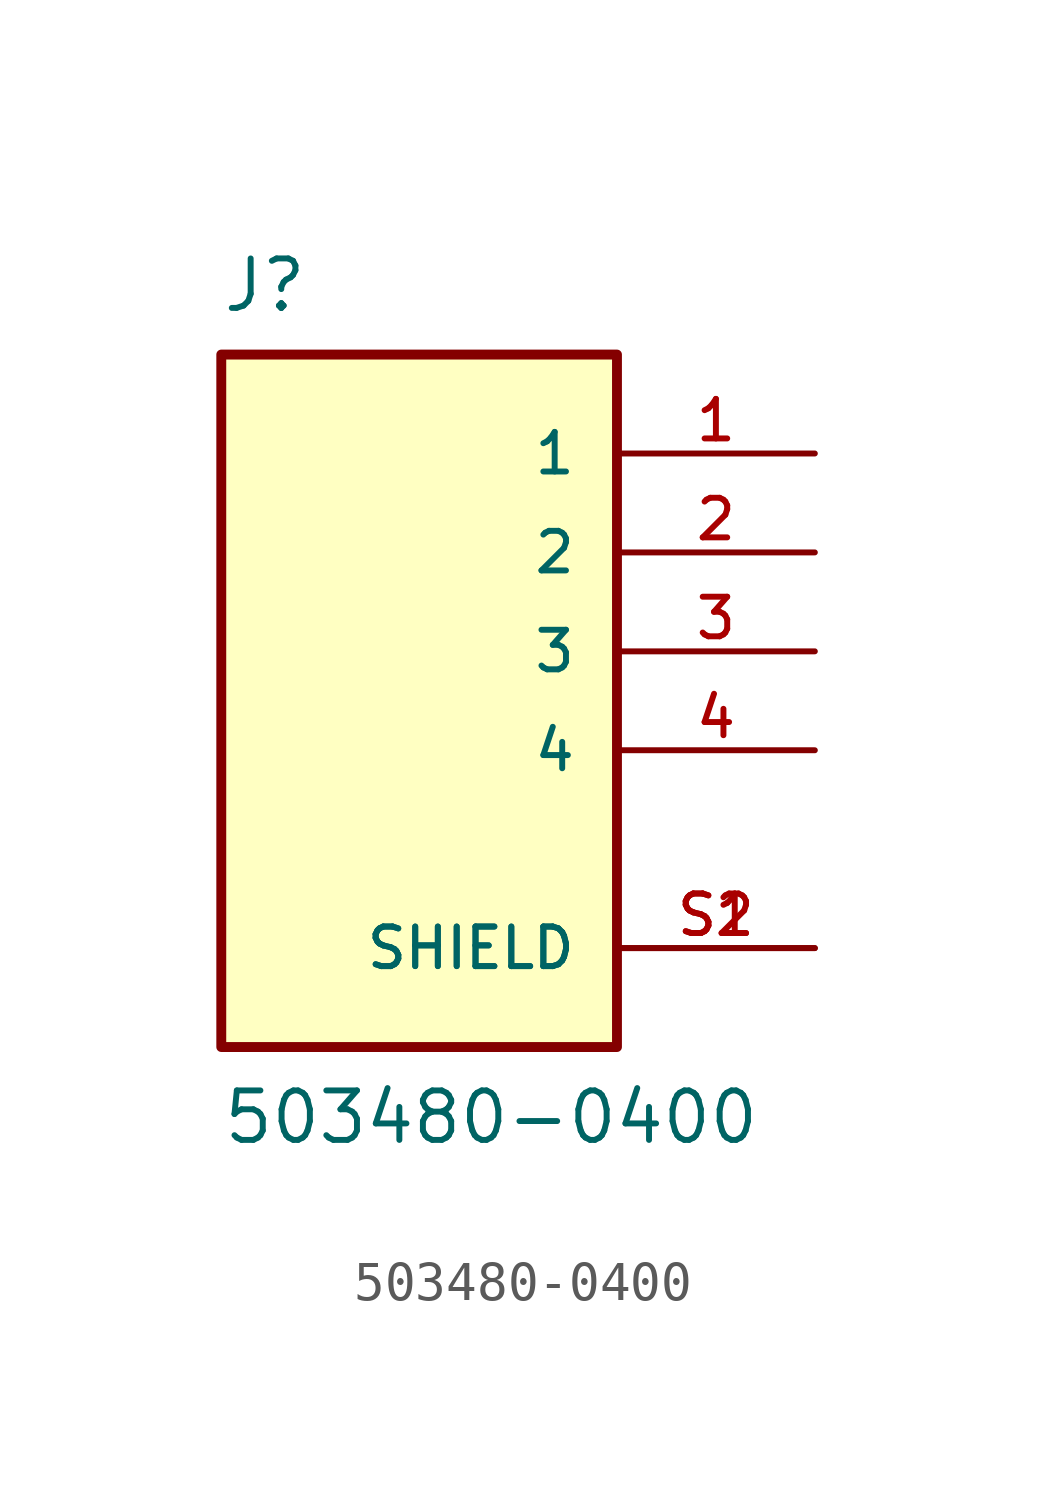
<source format=kicad_sym>
(kicad_symbol_lib
  (version 20211014)
  (generator kicad_symbol_editor)
  (symbol "503480-0400"
    (pin_names
      (offset 1.016))
    (property "Reference" "J"
      (at -5.091 8.654 0)
      (effects (font (size 1.27 1.27)) (justify bottom left)))
    (property "Value" "503480-0400"
      (at -5.083 -12.708 0)
      (effects (font (size 1.27 1.27)) (justify bottom left)))
    (symbol "503480-0400_0_0"
      (rectangle (start -5.08 -10.16) (end 5.08 7.62) (stroke (width 0.254)) (fill (type background)))
      (pin passive line (at 10.16 5.08 180.0) (length 5.08) (name "1" (effects (font (size 1.016 1.016)))) (number "1" (effects (font (size 1.016 1.016)))))
      (pin passive line (at 10.16 2.54 180.0) (length 5.08) (name "2" (effects (font (size 1.016 1.016)))) (number "2" (effects (font (size 1.016 1.016)))))
      (pin passive line (at 10.16 0.0 180.0) (length 5.08) (name "3" (effects (font (size 1.016 1.016)))) (number "3" (effects (font (size 1.016 1.016)))))
      (pin passive line (at 10.16 -2.54 180.0) (length 5.08) (name "4" (effects (font (size 1.016 1.016)))) (number "4" (effects (font (size 1.016 1.016)))))
      (pin passive line (at 10.16 -7.62 180.0) (length 5.08) (name "SHIELD" (effects (font (size 1.016 1.016)))) (number "S1" (effects (font (size 1.016 1.016)))))
      (pin passive line (at 10.16 -7.62 180.0) (length 5.08) (name "SHIELD" (effects (font (size 1.016 1.016)))) (number "S2" (effects (font (size 1.016 1.016))))))))
</source>
